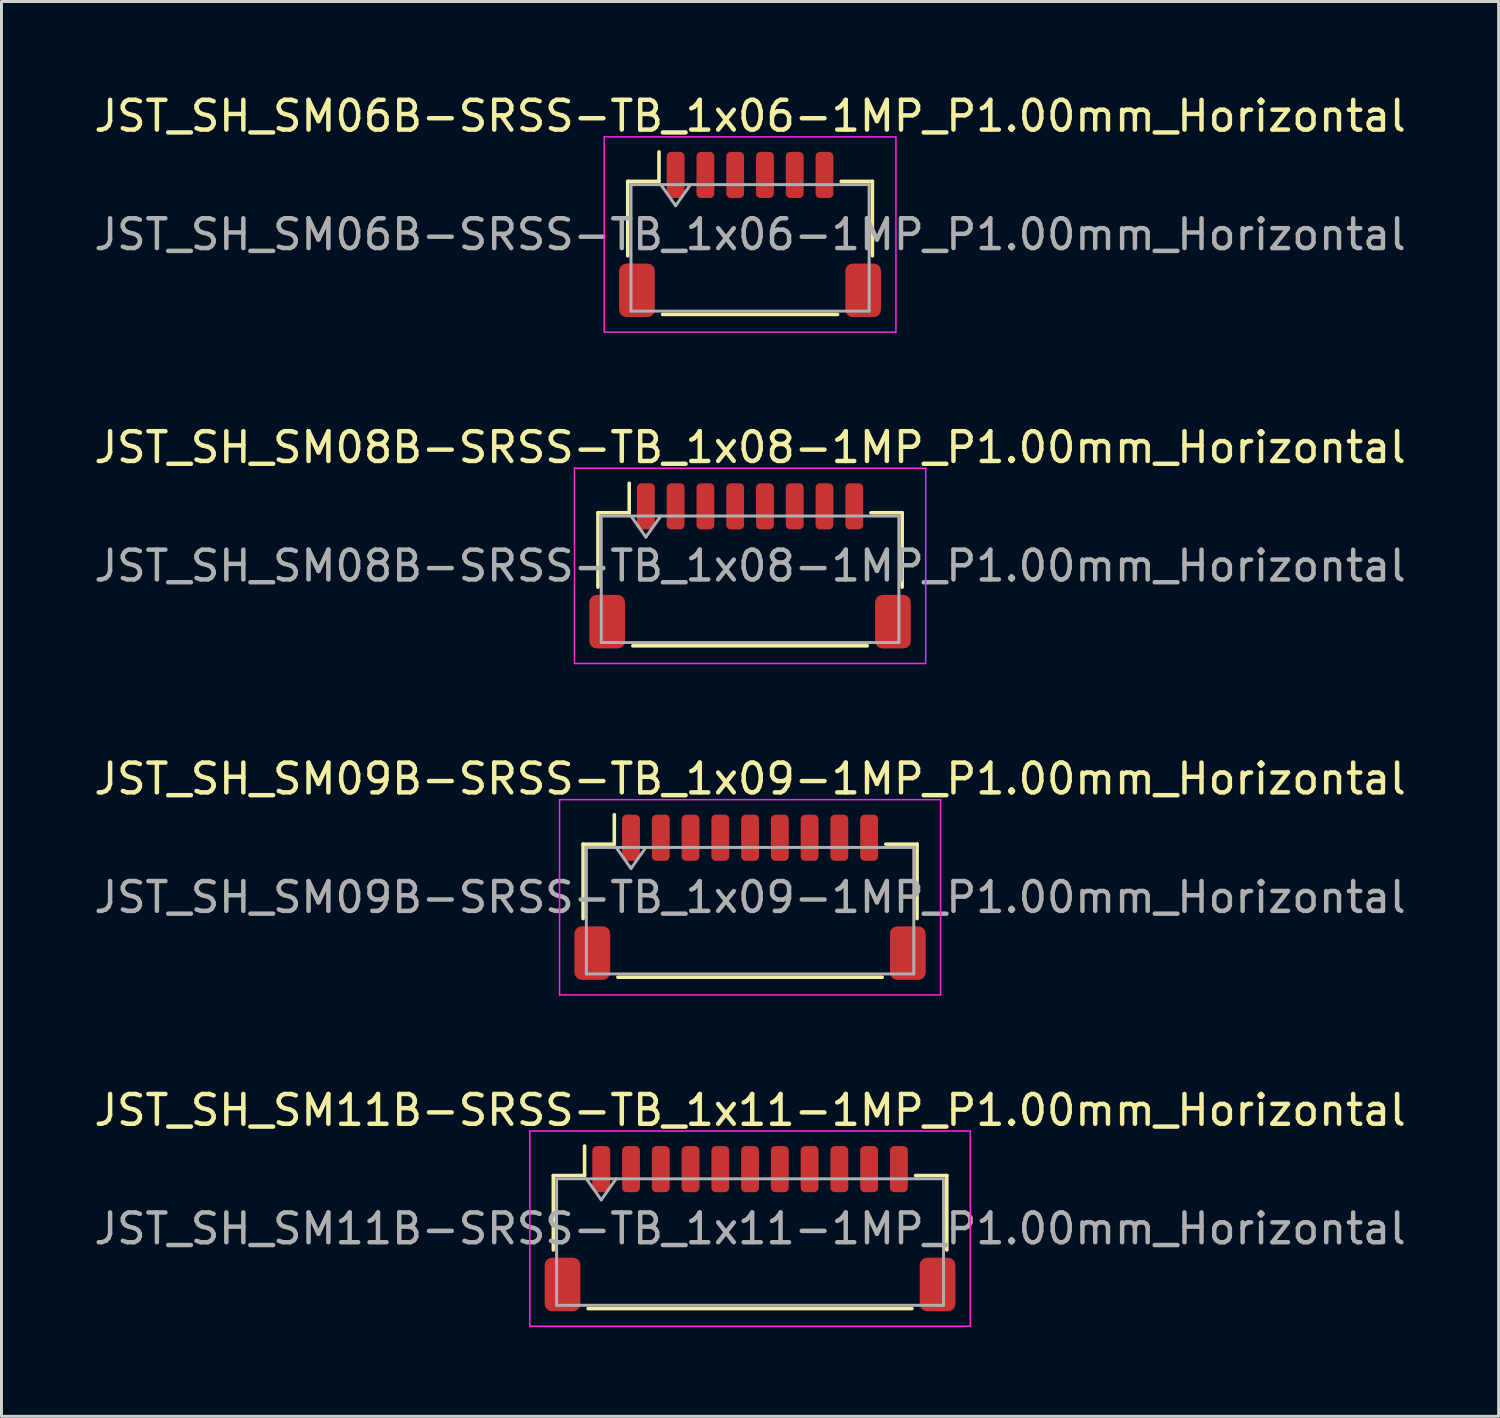
<source format=kicad_pcb>
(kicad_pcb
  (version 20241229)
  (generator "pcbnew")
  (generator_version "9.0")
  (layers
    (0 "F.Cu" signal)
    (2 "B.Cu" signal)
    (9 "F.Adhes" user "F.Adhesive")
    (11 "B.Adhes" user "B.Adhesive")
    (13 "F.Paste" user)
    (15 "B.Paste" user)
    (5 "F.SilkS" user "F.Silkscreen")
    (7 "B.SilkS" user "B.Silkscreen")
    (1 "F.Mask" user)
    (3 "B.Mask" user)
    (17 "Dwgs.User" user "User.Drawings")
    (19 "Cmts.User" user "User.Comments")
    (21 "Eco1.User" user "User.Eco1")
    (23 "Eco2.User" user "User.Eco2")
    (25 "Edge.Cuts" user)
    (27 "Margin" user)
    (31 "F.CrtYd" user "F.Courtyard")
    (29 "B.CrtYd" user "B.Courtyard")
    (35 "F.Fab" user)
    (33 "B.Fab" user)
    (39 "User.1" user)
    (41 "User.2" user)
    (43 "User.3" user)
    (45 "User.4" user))
  (footprint "JST_SH_SM08B-SRSS-TB_1x08-1MP_P1.00mm_Horizontal"
    (layer "F.Cu")
    (at 22.149 15.961)
    (property "Reference" "JST_SH_SM08B-SRSS-TB_1x08-1MP_P1.00mm_Horizontal" (at 0 -3.98 0) (layer "F.SilkS") (effects (font (size 1 1) (thickness 0.15))))
    (attr smd)
    (fp_line (start -5.11 -1.785) (end -4.06 -1.785) (stroke (width 0.12) (type solid)) (layer "F.SilkS"))
    (fp_line (start -5.11 0.715) (end -5.11 -1.785) (stroke (width 0.12) (type solid)) (layer "F.SilkS"))
    (fp_line (start -4.06 -1.785) (end -4.06 -2.775) (stroke (width 0.12) (type solid)) (layer "F.SilkS"))
    (fp_line (start -3.94 2.685) (end 3.94 2.685) (stroke (width 0.12) (type solid)) (layer "F.SilkS"))
    (fp_line (start 5.11 -1.785) (end 4.06 -1.785) (stroke (width 0.12) (type solid)) (layer "F.SilkS"))
    (fp_line (start 5.11 0.715) (end 5.11 -1.785) (stroke (width 0.12) (type solid)) (layer "F.SilkS"))
    (fp_line (start -5.9 -3.28) (end -5.9 3.28) (stroke (width 0.05) (type solid)) (layer "F.CrtYd"))
    (fp_line (start -5.9 3.28) (end 5.9 3.28) (stroke (width 0.05) (type solid)) (layer "F.CrtYd"))
    (fp_line (start 5.9 -3.28) (end -5.9 -3.28) (stroke (width 0.05) (type solid)) (layer "F.CrtYd"))
    (fp_line (start 5.9 3.28) (end 5.9 -3.28) (stroke (width 0.05) (type solid)) (layer "F.CrtYd"))
    (fp_line (start -5 -1.675) (end -5 2.575) (stroke (width 0.1) (type solid)) (layer "F.Fab"))
    (fp_line (start -5 -1.675) (end 5 -1.675) (stroke (width 0.1) (type solid)) (layer "F.Fab"))
    (fp_line (start -5 2.575) (end 5 2.575) (stroke (width 0.1) (type solid)) (layer "F.Fab"))
    (fp_line (start -4 -1.675) (end -3.5 -0.968) (stroke (width 0.1) (type solid)) (layer "F.Fab"))
    (fp_line (start -3.5 -0.968) (end -3 -1.675) (stroke (width 0.1) (type solid)) (layer "F.Fab"))
    (fp_line (start 5 -1.675) (end 5 2.575) (stroke (width 0.1) (type solid)) (layer "F.Fab"))
    (fp_text user "${REFERENCE}" (at 0 0 0) (layer "F.Fab") (effects (font (size 1 1) (thickness 0.15))))
    (pad "1" smd roundrect (at -3.5 -2) (size 0.6 1.55) (layers "F.Cu" "F.Mask" "F.Paste") (roundrect_rratio 0.25))
    (pad "2" smd roundrect (at -2.5 -2) (size 0.6 1.55) (layers "F.Cu" "F.Mask" "F.Paste") (roundrect_rratio 0.25))
    (pad "3" smd roundrect (at -1.5 -2) (size 0.6 1.55) (layers "F.Cu" "F.Mask" "F.Paste") (roundrect_rratio 0.25))
    (pad "4" smd roundrect (at -0.5 -2) (size 0.6 1.55) (layers "F.Cu" "F.Mask" "F.Paste") (roundrect_rratio 0.25))
    (pad "5" smd roundrect (at 0.5 -2) (size 0.6 1.55) (layers "F.Cu" "F.Mask" "F.Paste") (roundrect_rratio 0.25))
    (pad "6" smd roundrect (at 1.5 -2) (size 0.6 1.55) (layers "F.Cu" "F.Mask" "F.Paste") (roundrect_rratio 0.25))
    (pad "7" smd roundrect (at 2.5 -2) (size 0.6 1.55) (layers "F.Cu" "F.Mask" "F.Paste") (roundrect_rratio 0.25))
    (pad "8" smd roundrect (at 3.5 -2) (size 0.6 1.55) (layers "F.Cu" "F.Mask" "F.Paste") (roundrect_rratio 0.25))
    (pad "MP" smd roundrect (at -4.8 1.875) (size 1.2 1.8) (layers "F.Cu" "F.Mask" "F.Paste") (roundrect_rratio 0.208))
    (pad "MP" smd roundrect (at 4.8 1.875) (size 1.2 1.8) (layers "F.Cu" "F.Mask" "F.Paste") (roundrect_rratio 0.208)))
  (footprint "JST_SH_SM09B-SRSS-TB_1x09-1MP_P1.00mm_Horizontal"
    (layer "F.Cu")
    (at 22.149 27.095)
    (property "Reference" "JST_SH_SM09B-SRSS-TB_1x09-1MP_P1.00mm_Horizontal" (at 0 -3.98 0) (layer "F.SilkS") (effects (font (size 1 1) (thickness 0.15))))
    (attr smd)
    (fp_line (start -5.61 -1.785) (end -4.56 -1.785) (stroke (width 0.12) (type solid)) (layer "F.SilkS"))
    (fp_line (start -5.61 0.715) (end -5.61 -1.785) (stroke (width 0.12) (type solid)) (layer "F.SilkS"))
    (fp_line (start -4.56 -1.785) (end -4.56 -2.775) (stroke (width 0.12) (type solid)) (layer "F.SilkS"))
    (fp_line (start -4.44 2.685) (end 4.44 2.685) (stroke (width 0.12) (type solid)) (layer "F.SilkS"))
    (fp_line (start 5.61 -1.785) (end 4.56 -1.785) (stroke (width 0.12) (type solid)) (layer "F.SilkS"))
    (fp_line (start 5.61 0.715) (end 5.61 -1.785) (stroke (width 0.12) (type solid)) (layer "F.SilkS"))
    (fp_line (start -6.4 -3.28) (end -6.4 3.28) (stroke (width 0.05) (type solid)) (layer "F.CrtYd"))
    (fp_line (start -6.4 3.28) (end 6.4 3.28) (stroke (width 0.05) (type solid)) (layer "F.CrtYd"))
    (fp_line (start 6.4 -3.28) (end -6.4 -3.28) (stroke (width 0.05) (type solid)) (layer "F.CrtYd"))
    (fp_line (start 6.4 3.28) (end 6.4 -3.28) (stroke (width 0.05) (type solid)) (layer "F.CrtYd"))
    (fp_line (start -5.5 -1.675) (end -5.5 2.575) (stroke (width 0.1) (type solid)) (layer "F.Fab"))
    (fp_line (start -5.5 -1.675) (end 5.5 -1.675) (stroke (width 0.1) (type solid)) (layer "F.Fab"))
    (fp_line (start -5.5 2.575) (end 5.5 2.575) (stroke (width 0.1) (type solid)) (layer "F.Fab"))
    (fp_line (start -4.5 -1.675) (end -4 -0.968) (stroke (width 0.1) (type solid)) (layer "F.Fab"))
    (fp_line (start -4 -0.968) (end -3.5 -1.675) (stroke (width 0.1) (type solid)) (layer "F.Fab"))
    (fp_line (start 5.5 -1.675) (end 5.5 2.575) (stroke (width 0.1) (type solid)) (layer "F.Fab"))
    (fp_text user "${REFERENCE}" (at 0 0 0) (layer "F.Fab") (effects (font (size 1 1) (thickness 0.15))))
    (pad "1" smd roundrect (at -4 -2) (size 0.6 1.55) (layers "F.Cu" "F.Mask" "F.Paste") (roundrect_rratio 0.25))
    (pad "2" smd roundrect (at -3 -2) (size 0.6 1.55) (layers "F.Cu" "F.Mask" "F.Paste") (roundrect_rratio 0.25))
    (pad "3" smd roundrect (at -2 -2) (size 0.6 1.55) (layers "F.Cu" "F.Mask" "F.Paste") (roundrect_rratio 0.25))
    (pad "4" smd roundrect (at -1 -2) (size 0.6 1.55) (layers "F.Cu" "F.Mask" "F.Paste") (roundrect_rratio 0.25))
    (pad "5" smd roundrect (at 0 -2) (size 0.6 1.55) (layers "F.Cu" "F.Mask" "F.Paste") (roundrect_rratio 0.25))
    (pad "6" smd roundrect (at 1 -2) (size 0.6 1.55) (layers "F.Cu" "F.Mask" "F.Paste") (roundrect_rratio 0.25))
    (pad "7" smd roundrect (at 2 -2) (size 0.6 1.55) (layers "F.Cu" "F.Mask" "F.Paste") (roundrect_rratio 0.25))
    (pad "8" smd roundrect (at 3 -2) (size 0.6 1.55) (layers "F.Cu" "F.Mask" "F.Paste") (roundrect_rratio 0.25))
    (pad "9" smd roundrect (at 4 -2) (size 0.6 1.55) (layers "F.Cu" "F.Mask" "F.Paste") (roundrect_rratio 0.25))
    (pad "MP" smd roundrect (at -5.3 1.875) (size 1.2 1.8) (layers "F.Cu" "F.Mask" "F.Paste") (roundrect_rratio 0.208))
    (pad "MP" smd roundrect (at 5.3 1.875) (size 1.2 1.8) (layers "F.Cu" "F.Mask" "F.Paste") (roundrect_rratio 0.208)))
  (footprint "JST_SH_SM11B-SRSS-TB_1x11-1MP_P1.00mm_Horizontal"
    (layer "F.Cu")
    (at 22.149 38.228)
    (property "Reference" "JST_SH_SM11B-SRSS-TB_1x11-1MP_P1.00mm_Horizontal" (at 0 -3.98 0) (layer "F.SilkS") (effects (font (size 1 1) (thickness 0.15))))
    (attr smd)
    (fp_line (start -6.61 -1.785) (end -5.56 -1.785) (stroke (width 0.12) (type solid)) (layer "F.SilkS"))
    (fp_line (start -6.61 0.715) (end -6.61 -1.785) (stroke (width 0.12) (type solid)) (layer "F.SilkS"))
    (fp_line (start -5.56 -1.785) (end -5.56 -2.775) (stroke (width 0.12) (type solid)) (layer "F.SilkS"))
    (fp_line (start -5.44 2.685) (end 5.44 2.685) (stroke (width 0.12) (type solid)) (layer "F.SilkS"))
    (fp_line (start 6.61 -1.785) (end 5.56 -1.785) (stroke (width 0.12) (type solid)) (layer "F.SilkS"))
    (fp_line (start 6.61 0.715) (end 6.61 -1.785) (stroke (width 0.12) (type solid)) (layer "F.SilkS"))
    (fp_line (start -7.4 -3.28) (end -7.4 3.28) (stroke (width 0.05) (type solid)) (layer "F.CrtYd"))
    (fp_line (start -7.4 3.28) (end 7.4 3.28) (stroke (width 0.05) (type solid)) (layer "F.CrtYd"))
    (fp_line (start 7.4 -3.28) (end -7.4 -3.28) (stroke (width 0.05) (type solid)) (layer "F.CrtYd"))
    (fp_line (start 7.4 3.28) (end 7.4 -3.28) (stroke (width 0.05) (type solid)) (layer "F.CrtYd"))
    (fp_line (start -6.5 -1.675) (end -6.5 2.575) (stroke (width 0.1) (type solid)) (layer "F.Fab"))
    (fp_line (start -6.5 -1.675) (end 6.5 -1.675) (stroke (width 0.1) (type solid)) (layer "F.Fab"))
    (fp_line (start -6.5 2.575) (end 6.5 2.575) (stroke (width 0.1) (type solid)) (layer "F.Fab"))
    (fp_line (start -5.5 -1.675) (end -5 -0.968) (stroke (width 0.1) (type solid)) (layer "F.Fab"))
    (fp_line (start -5 -0.968) (end -4.5 -1.675) (stroke (width 0.1) (type solid)) (layer "F.Fab"))
    (fp_line (start 6.5 -1.675) (end 6.5 2.575) (stroke (width 0.1) (type solid)) (layer "F.Fab"))
    (fp_text user "${REFERENCE}" (at 0 0 0) (layer "F.Fab") (effects (font (size 1 1) (thickness 0.15))))
    (pad "1" smd roundrect (at -5 -2) (size 0.6 1.55) (layers "F.Cu" "F.Mask" "F.Paste") (roundrect_rratio 0.25))
    (pad "2" smd roundrect (at -4 -2) (size 0.6 1.55) (layers "F.Cu" "F.Mask" "F.Paste") (roundrect_rratio 0.25))
    (pad "3" smd roundrect (at -3 -2) (size 0.6 1.55) (layers "F.Cu" "F.Mask" "F.Paste") (roundrect_rratio 0.25))
    (pad "4" smd roundrect (at -2 -2) (size 0.6 1.55) (layers "F.Cu" "F.Mask" "F.Paste") (roundrect_rratio 0.25))
    (pad "5" smd roundrect (at -1 -2) (size 0.6 1.55) (layers "F.Cu" "F.Mask" "F.Paste") (roundrect_rratio 0.25))
    (pad "6" smd roundrect (at 0 -2) (size 0.6 1.55) (layers "F.Cu" "F.Mask" "F.Paste") (roundrect_rratio 0.25))
    (pad "7" smd roundrect (at 1 -2) (size 0.6 1.55) (layers "F.Cu" "F.Mask" "F.Paste") (roundrect_rratio 0.25))
    (pad "8" smd roundrect (at 2 -2) (size 0.6 1.55) (layers "F.Cu" "F.Mask" "F.Paste") (roundrect_rratio 0.25))
    (pad "9" smd roundrect (at 3 -2) (size 0.6 1.55) (layers "F.Cu" "F.Mask" "F.Paste") (roundrect_rratio 0.25))
    (pad "10" smd roundrect (at 4 -2) (size 0.6 1.55) (layers "F.Cu" "F.Mask" "F.Paste") (roundrect_rratio 0.25))
    (pad "11" smd roundrect (at 5 -2) (size 0.6 1.55) (layers "F.Cu" "F.Mask" "F.Paste") (roundrect_rratio 0.25))
    (pad "MP" smd roundrect (at -6.3 1.875) (size 1.2 1.8) (layers "F.Cu" "F.Mask" "F.Paste") (roundrect_rratio 0.208))
    (pad "MP" smd roundrect (at 6.3 1.875) (size 1.2 1.8) (layers "F.Cu" "F.Mask" "F.Paste") (roundrect_rratio 0.208)))
  (footprint "JST_SH_SM06B-SRSS-TB_1x06-1MP_P1.00mm_Horizontal"
    (layer "F.Cu")
    (at 22.149 4.828)
    (property "Reference" "JST_SH_SM06B-SRSS-TB_1x06-1MP_P1.00mm_Horizontal" (at 0 -3.98 0) (layer "F.SilkS") (effects (font (size 1 1) (thickness 0.15))))
    (attr smd)
    (fp_line (start -4.11 -1.785) (end -3.06 -1.785) (stroke (width 0.12) (type solid)) (layer "F.SilkS"))
    (fp_line (start -4.11 0.715) (end -4.11 -1.785) (stroke (width 0.12) (type solid)) (layer "F.SilkS"))
    (fp_line (start -3.06 -1.785) (end -3.06 -2.775) (stroke (width 0.12) (type solid)) (layer "F.SilkS"))
    (fp_line (start -2.94 2.685) (end 2.94 2.685) (stroke (width 0.12) (type solid)) (layer "F.SilkS"))
    (fp_line (start 4.11 -1.785) (end 3.06 -1.785) (stroke (width 0.12) (type solid)) (layer "F.SilkS"))
    (fp_line (start 4.11 0.715) (end 4.11 -1.785) (stroke (width 0.12) (type solid)) (layer "F.SilkS"))
    (fp_line (start -4.9 -3.28) (end -4.9 3.28) (stroke (width 0.05) (type solid)) (layer "F.CrtYd"))
    (fp_line (start -4.9 3.28) (end 4.9 3.28) (stroke (width 0.05) (type solid)) (layer "F.CrtYd"))
    (fp_line (start 4.9 -3.28) (end -4.9 -3.28) (stroke (width 0.05) (type solid)) (layer "F.CrtYd"))
    (fp_line (start 4.9 3.28) (end 4.9 -3.28) (stroke (width 0.05) (type solid)) (layer "F.CrtYd"))
    (fp_line (start -4 -1.675) (end -4 2.575) (stroke (width 0.1) (type solid)) (layer "F.Fab"))
    (fp_line (start -4 -1.675) (end 4 -1.675) (stroke (width 0.1) (type solid)) (layer "F.Fab"))
    (fp_line (start -4 2.575) (end 4 2.575) (stroke (width 0.1) (type solid)) (layer "F.Fab"))
    (fp_line (start -3 -1.675) (end -2.5 -0.968) (stroke (width 0.1) (type solid)) (layer "F.Fab"))
    (fp_line (start -2.5 -0.968) (end -2 -1.675) (stroke (width 0.1) (type solid)) (layer "F.Fab"))
    (fp_line (start 4 -1.675) (end 4 2.575) (stroke (width 0.1) (type solid)) (layer "F.Fab"))
    (fp_text user "${REFERENCE}" (at 0 0 0) (layer "F.Fab") (effects (font (size 1 1) (thickness 0.15))))
    (pad "1" smd roundrect (at -2.5 -2) (size 0.6 1.55) (layers "F.Cu" "F.Mask" "F.Paste") (roundrect_rratio 0.25))
    (pad "2" smd roundrect (at -1.5 -2) (size 0.6 1.55) (layers "F.Cu" "F.Mask" "F.Paste") (roundrect_rratio 0.25))
    (pad "3" smd roundrect (at -0.5 -2) (size 0.6 1.55) (layers "F.Cu" "F.Mask" "F.Paste") (roundrect_rratio 0.25))
    (pad "4" smd roundrect (at 0.5 -2) (size 0.6 1.55) (layers "F.Cu" "F.Mask" "F.Paste") (roundrect_rratio 0.25))
    (pad "5" smd roundrect (at 1.5 -2) (size 0.6 1.55) (layers "F.Cu" "F.Mask" "F.Paste") (roundrect_rratio 0.25))
    (pad "6" smd roundrect (at 2.5 -2) (size 0.6 1.55) (layers "F.Cu" "F.Mask" "F.Paste") (roundrect_rratio 0.25))
    (pad "MP" smd roundrect (at -3.8 1.875) (size 1.2 1.8) (layers "F.Cu" "F.Mask" "F.Paste") (roundrect_rratio 0.208))
    (pad "MP" smd roundrect (at 3.8 1.875) (size 1.2 1.8) (layers "F.Cu" "F.Mask" "F.Paste") (roundrect_rratio 0.208)))
  (gr_rect
    (start -3 -3)
    (end 47.298 44.533)
    (stroke (width 0.1) (type default))
    (fill no)
    (layer "Edge.Cuts")))
</source>
